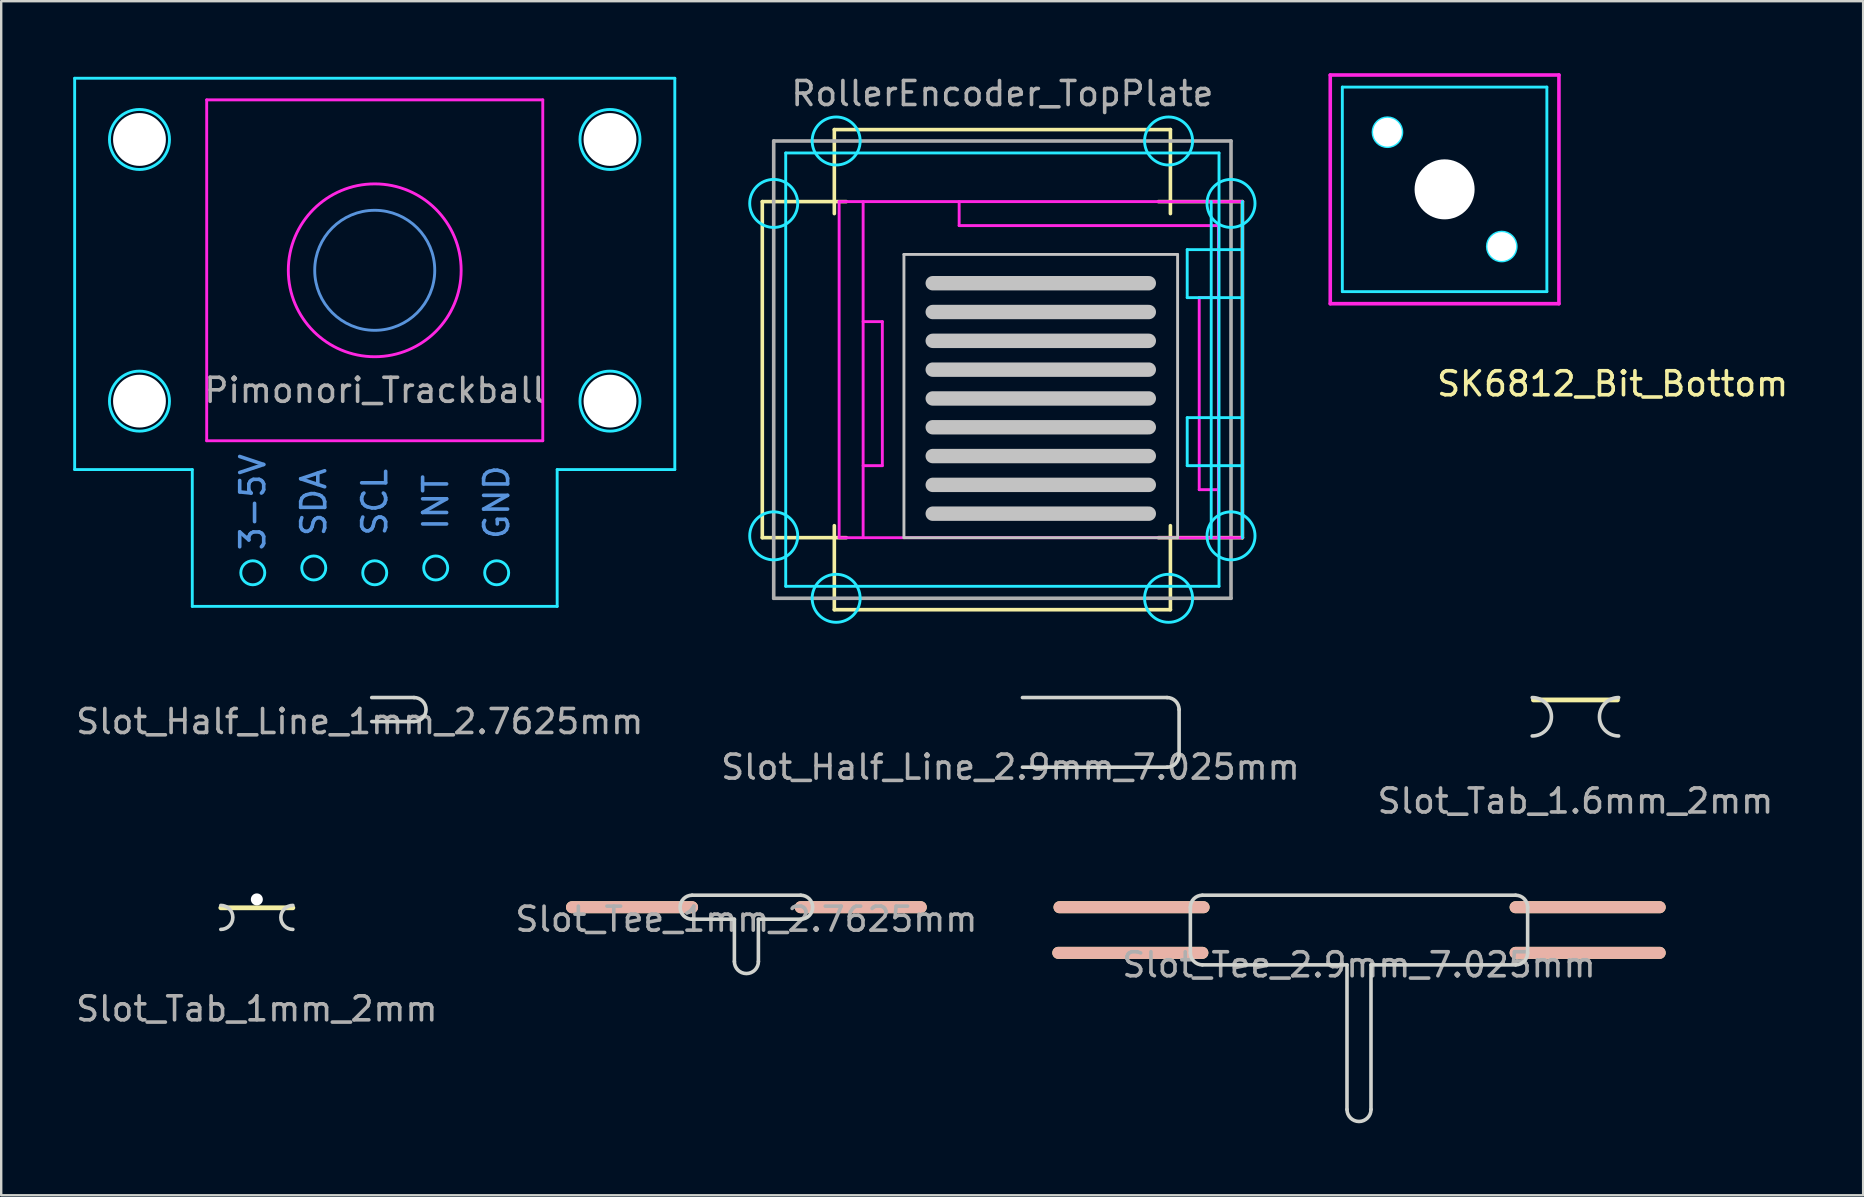
<source format=kicad_pcb>
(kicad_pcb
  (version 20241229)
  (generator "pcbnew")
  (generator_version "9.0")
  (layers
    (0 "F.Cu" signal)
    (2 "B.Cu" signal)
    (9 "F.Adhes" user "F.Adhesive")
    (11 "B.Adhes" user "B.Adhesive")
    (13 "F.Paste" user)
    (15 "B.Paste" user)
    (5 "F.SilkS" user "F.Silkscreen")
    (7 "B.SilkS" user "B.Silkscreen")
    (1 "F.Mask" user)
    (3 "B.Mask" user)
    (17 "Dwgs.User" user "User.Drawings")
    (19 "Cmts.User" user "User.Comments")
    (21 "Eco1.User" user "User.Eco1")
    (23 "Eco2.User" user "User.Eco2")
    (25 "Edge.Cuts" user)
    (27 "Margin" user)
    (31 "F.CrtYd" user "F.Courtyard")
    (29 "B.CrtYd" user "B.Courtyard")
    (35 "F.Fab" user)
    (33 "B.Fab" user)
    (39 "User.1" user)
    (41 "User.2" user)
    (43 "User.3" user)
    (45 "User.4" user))
  (footprint "RollerEncoder_TopPlate"
    (layer "F.Cu")
    (at 38.705 12.348)
    (property "Reference" "RollerEncoder_TopPlate" (at 0 -11.5 0) (layer "F.Fab") (effects (font (size 1 1) (thickness 0.15))))
    (attr through_hole)
    (fp_line (start -10 -7) (end -6.5 -7) (stroke (width 0.15) (type solid)) (layer "F.SilkS"))
    (fp_line (start -10 7) (end -10 -7) (stroke (width 0.15) (type solid)) (layer "F.SilkS"))
    (fp_line (start -10 7) (end -6.5 7) (stroke (width 0.15) (type solid)) (layer "F.SilkS"))
    (fp_line (start -7 -10) (end -7 -6.5) (stroke (width 0.15) (type solid)) (layer "F.SilkS"))
    (fp_line (start -7 -10) (end 7 -10) (stroke (width 0.15) (type solid)) (layer "F.SilkS"))
    (fp_line (start -7 10) (end -7 6.5) (stroke (width 0.15) (type solid)) (layer "F.SilkS"))
    (fp_line (start 7 -10) (end 7 -6.5) (stroke (width 0.15) (type solid)) (layer "F.SilkS"))
    (fp_line (start 7 10) (end -7 10) (stroke (width 0.15) (type solid)) (layer "F.SilkS"))
    (fp_line (start 7 10) (end 7 6.5) (stroke (width 0.15) (type solid)) (layer "F.SilkS"))
    (fp_line (start 10 -7) (end 6.5 -7) (stroke (width 0.15) (type solid)) (layer "F.SilkS"))
    (fp_line (start 10 -7) (end 10 7) (stroke (width 0.15) (type solid)) (layer "F.SilkS"))
    (fp_line (start 10 7) (end 6.5 7) (stroke (width 0.15) (type solid)) (layer "F.SilkS"))
    (fp_line (start -4.1 -4.8) (end 7.3 -4.8) (stroke (width 0.12) (type solid)) (layer "Dwgs.User"))
    (fp_line (start -4.1 7) (end -4.1 -4.8) (stroke (width 0.12) (type solid)) (layer "Dwgs.User"))
    (fp_line (start -2.9 -3.6) (end 6.1 -3.6) (stroke (width 0.6) (type solid)) (layer "Dwgs.User"))
    (fp_line (start -2.9 -2.4) (end 6.1 -2.4) (stroke (width 0.6) (type solid)) (layer "Dwgs.User"))
    (fp_line (start -2.9 -1.2) (end 6.1 -1.2) (stroke (width 0.6) (type solid)) (layer "Dwgs.User"))
    (fp_line (start -2.9 0) (end 6.1 0) (stroke (width 0.6) (type solid)) (layer "Dwgs.User"))
    (fp_line (start -2.9 1.2) (end 6.1 1.2) (stroke (width 0.6) (type solid)) (layer "Dwgs.User"))
    (fp_line (start -2.9 2.4) (end 6.1 2.4) (stroke (width 0.6) (type solid)) (layer "Dwgs.User"))
    (fp_line (start -2.9 3.6) (end 6.1 3.6) (stroke (width 0.6) (type solid)) (layer "Dwgs.User"))
    (fp_line (start -2.9 4.8) (end 6.1 4.8) (stroke (width 0.6) (type solid)) (layer "Dwgs.User"))
    (fp_line (start -2.9 6) (end 6.1 6) (stroke (width 0.6) (type solid)) (layer "Dwgs.User"))
    (fp_line (start 7.3 -4.8) (end 7.3 7) (stroke (width 0.12) (type solid)) (layer "Dwgs.User"))
    (fp_line (start 7.3 7) (end -4.1 7) (stroke (width 0.12) (type solid)) (layer "Dwgs.User"))
    (fp_line (start -9.525 -6.924) (end 6.924 9.525) (stroke (width 0.12) (type solid)) (layer "Eco2.User"))
    (fp_line (start -9.525 6.924) (end 6.924 -9.525) (stroke (width 0.12) (type solid)) (layer "Eco2.User"))
    (fp_line (start -7 -7) (end 7 -7) (stroke (width 0.05) (type solid)) (layer "Eco2.User"))
    (fp_line (start -7 7) (end -7 -7) (stroke (width 0.05) (type solid)) (layer "Eco2.User"))
    (fp_line (start 7 -7) (end 7 7) (stroke (width 0.05) (type solid)) (layer "Eco2.User"))
    (fp_line (start 7 -7) (end 10 -7) (stroke (width 0.05) (type solid)) (layer "Eco2.User"))
    (fp_line (start 7 7) (end -7 7) (stroke (width 0.05) (type solid)) (layer "Eco2.User"))
    (fp_line (start 10 -7) (end 10 7) (stroke (width 0.05) (type solid)) (layer "Eco2.User"))
    (fp_line (start 10 7) (end 7 7) (stroke (width 0.05) (type solid)) (layer "Eco2.User"))
    (fp_line (start -9.025 -9.025) (end 9.025 -9.025) (stroke (width 0.12) (type solid)) (layer "B.CrtYd"))
    (fp_line (start -9.025 9.025) (end -9.025 -9.025) (stroke (width 0.12) (type solid)) (layer "B.CrtYd"))
    (fp_line (start 7.7 -3) (end 7.7 -5) (stroke (width 0.12) (type solid)) (layer "B.CrtYd"))
    (fp_line (start 7.7 -3) (end 10 -3) (stroke (width 0.12) (type solid)) (layer "B.CrtYd"))
    (fp_line (start 7.7 2) (end 10 2) (stroke (width 0.12) (type solid)) (layer "B.CrtYd"))
    (fp_line (start 7.7 4) (end 7.7 2) (stroke (width 0.12) (type solid)) (layer "B.CrtYd"))
    (fp_line (start 8.7 -7) (end 8.7 7) (stroke (width 0.12) (type solid)) (layer "B.CrtYd"))
    (fp_line (start 9.025 -9.025) (end 9.025 9.025) (stroke (width 0.12) (type solid)) (layer "B.CrtYd"))
    (fp_line (start 9.025 9.025) (end -9.025 9.025) (stroke (width 0.12) (type solid)) (layer "B.CrtYd"))
    (fp_line (start 10 -7) (end 10 7) (stroke (width 0.12) (type solid)) (layer "B.CrtYd"))
    (fp_line (start 10 -5) (end 7.7 -5) (stroke (width 0.12) (type solid)) (layer "B.CrtYd"))
    (fp_line (start 10 4) (end 7.7 4) (stroke (width 0.12) (type solid)) (layer "B.CrtYd"))
    (fp_circle (center -9.525 -6.924) (end -9.525 -7.924) (stroke (width 0.12) (type solid)) (fill no) (layer "B.CrtYd"))
    (fp_circle (center -9.525 6.924) (end -9.525 5.924) (stroke (width 0.12) (type solid)) (fill no) (layer "B.CrtYd"))
    (fp_circle (center -6.924 -9.525) (end -5.924 -9.525) (stroke (width 0.12) (type solid)) (fill no) (layer "B.CrtYd"))
    (fp_circle (center -6.924 9.525) (end -5.924 9.525) (stroke (width 0.12) (type solid)) (fill no) (layer "B.CrtYd"))
    (fp_circle (center 6.924 -9.525) (end 7.924 -9.525) (stroke (width 0.12) (type solid)) (fill no) (layer "B.CrtYd"))
    (fp_circle (center 6.924 9.525) (end 7.924 9.525) (stroke (width 0.12) (type solid)) (fill no) (layer "B.CrtYd"))
    (fp_circle (center 9.525 -6.924) (end 9.525 -7.924) (stroke (width 0.12) (type solid)) (fill no) (layer "B.CrtYd"))
    (fp_circle (center 9.525 6.924) (end 9.525 5.924) (stroke (width 0.12) (type solid)) (fill no) (layer "B.CrtYd"))
    (fp_line (start -6.8 -7) (end 10 -7) (stroke (width 0.12) (type solid)) (layer "F.CrtYd"))
    (fp_line (start -6.8 7) (end -6.8 -7) (stroke (width 0.12) (type solid)) (layer "F.CrtYd"))
    (fp_line (start -5.8 4) (end -5 4) (stroke (width 0.12) (type solid)) (layer "F.CrtYd"))
    (fp_line (start -5.8 7) (end -5.8 -7) (stroke (width 0.12) (type solid)) (layer "F.CrtYd"))
    (fp_line (start -5 -2) (end -5.8 -2) (stroke (width 0.12) (type solid)) (layer "F.CrtYd"))
    (fp_line (start -5 4) (end -5 -2) (stroke (width 0.12) (type solid)) (layer "F.CrtYd"))
    (fp_line (start -1.8 -7) (end -1.8 -6) (stroke (width 0.12) (type solid)) (layer "F.CrtYd"))
    (fp_line (start -1.8 -6) (end 9 -6) (stroke (width 0.12) (type solid)) (layer "F.CrtYd"))
    (fp_line (start 8.2 -3) (end 9 -3) (stroke (width 0.12) (type solid)) (layer "F.CrtYd"))
    (fp_line (start 8.2 5) (end 8.2 -3) (stroke (width 0.12) (type solid)) (layer "F.CrtYd"))
    (fp_line (start 8.2 5) (end 9 5) (stroke (width 0.12) (type solid)) (layer "F.CrtYd"))
    (fp_line (start 9 -6) (end 9 7) (stroke (width 0.12) (type solid)) (layer "F.CrtYd"))
    (fp_line (start 10 -7) (end 10 7) (stroke (width 0.12) (type solid)) (layer "F.CrtYd"))
    (fp_line (start 10 7) (end -6.8 7) (stroke (width 0.12) (type solid)) (layer "F.CrtYd"))
    (fp_line (start -9.525 -9.525) (end -9.525 9.525) (stroke (width 0.15) (type solid)) (layer "F.Fab"))
    (fp_line (start -9.525 9.525) (end 9.525 9.525) (stroke (width 0.15) (type solid)) (layer "F.Fab"))
    (fp_line (start 9.525 -9.525) (end -9.525 -9.525) (stroke (width 0.15) (type solid)) (layer "F.Fab"))
    (fp_line (start 9.525 9.525) (end 9.525 -9.525) (stroke (width 0.15) (type solid)) (layer "F.Fab")))
  (footprint "SK6812_Bit_Bottom"
    (layer "F.Cu")
    (at 57.127 4.838)
    (property "Reference" "SK6812_Bit_Bottom" (at 7 8.1 0) (layer "F.SilkS") (effects (font (size 1 1) (thickness 0.15))))
    (attr through_hole)
    (fp_line (start -4.26 -4.26) (end 4.26 -4.26) (stroke (width 0.12) (type solid)) (layer "B.CrtYd"))
    (fp_line (start -4.26 4.26) (end -4.26 -4.26) (stroke (width 0.12) (type solid)) (layer "B.CrtYd"))
    (fp_line (start 4.26 -4.26) (end 4.26 4.26) (stroke (width 0.12) (type solid)) (layer "B.CrtYd"))
    (fp_line (start 4.26 4.26) (end -4.26 4.26) (stroke (width 0.12) (type solid)) (layer "B.CrtYd"))
    (fp_circle (center -2.381 -2.381) (end -1.781 -2.381) (stroke (width 0.12) (type solid)) (fill no) (layer "B.CrtYd"))
    (fp_circle (center 2.381 2.381) (end 2.981 2.381) (stroke (width 0.12) (type solid)) (fill no) (layer "B.CrtYd"))
    (fp_line (start -4.763 -4.763) (end -4.763 4.763) (stroke (width 0.15) (type solid)) (layer "F.CrtYd"))
    (fp_line (start -4.763 4.763) (end 4.763 4.763) (stroke (width 0.15) (type solid)) (layer "F.CrtYd"))
    (fp_line (start 4.763 -4.763) (end -4.763 -4.763) (stroke (width 0.15) (type solid)) (layer "F.CrtYd"))
    (fp_line (start 4.763 4.763) (end 4.763 -4.763) (stroke (width 0.15) (type solid)) (layer "F.CrtYd"))
    (pad "" np_thru_hole circle (at -2.381 -2.381) (size 1.2 1.2) (drill 1.2) (layers "*.Cu" "*.Mask"))
    (pad "" np_thru_hole circle (at 0 0) (size 2.5 2.5) (drill 2.5) (layers "*.Cu" "*.Mask"))
    (pad "" np_thru_hole circle (at 2.381 2.381) (size 1.2 1.2) (drill 1.2) (layers "*.Cu" "*.Mask")))
  (footprint "Pimonori_Trackball"
    (layer "F.Cu")
    (at 12.56 8.21)
    (property "Reference" "Pimonori_Trackball" (at 0 5 0) (layer "F.Fab") (effects (font (size 1 1) (thickness 0.15))))
    (attr through_hole)
    (fp_circle (center 0 0) (end 2.5 0) (stroke (width 0.12) (type solid)) (fill no) (layer "Cmts.User"))
    (fp_circle (center -9.8 -5.45) (end -7.1 -5.45) (stroke (width 0.12) (type solid)) (fill no) (layer "Eco1.User"))
    (fp_circle (center -9.8 5.45) (end -7.1 5.45) (stroke (width 0.12) (type solid)) (fill no) (layer "Eco1.User"))
    (fp_circle (center 9.8 -5.45) (end 12.5 -5.45) (stroke (width 0.12) (type solid)) (fill no) (layer "Eco1.User"))
    (fp_circle (center 9.8 5.45) (end 12.5 5.45) (stroke (width 0.12) (type solid)) (fill no) (layer "Eco1.User"))
    (fp_line (start -12.5 -8) (end 12.5 -8) (stroke (width 0.12) (type solid)) (layer "B.CrtYd"))
    (fp_line (start -12.5 8.3) (end -12.5 -8) (stroke (width 0.12) (type solid)) (layer "B.CrtYd"))
    (fp_line (start -7.6 8.3) (end -12.5 8.3) (stroke (width 0.12) (type solid)) (layer "B.CrtYd"))
    (fp_line (start -7.6 14) (end -7.6 8.3) (stroke (width 0.12) (type solid)) (layer "B.CrtYd"))
    (fp_line (start 7.6 8.3) (end 7.6 14) (stroke (width 0.12) (type solid)) (layer "B.CrtYd"))
    (fp_line (start 7.6 14) (end -7.6 14) (stroke (width 0.12) (type solid)) (layer "B.CrtYd"))
    (fp_line (start 12.5 -8) (end 12.5 8.3) (stroke (width 0.12) (type solid)) (layer "B.CrtYd"))
    (fp_line (start 12.5 8.3) (end 7.6 8.3) (stroke (width 0.12) (type solid)) (layer "B.CrtYd"))
    (fp_circle (center -9.8 -5.45) (end -8.55 -5.45) (stroke (width 0.12) (type solid)) (fill no) (layer "B.CrtYd"))
    (fp_circle (center -9.8 5.45) (end -8.55 5.45) (stroke (width 0.12) (type solid)) (fill no) (layer "B.CrtYd"))
    (fp_circle (center -5.08 12.6) (end -4.58 12.6) (stroke (width 0.12) (type solid)) (fill no) (layer "B.CrtYd"))
    (fp_circle (center -2.54 12.4) (end -2.04 12.4) (stroke (width 0.12) (type solid)) (fill no) (layer "B.CrtYd"))
    (fp_circle (center 0 12.6) (end 0.5 12.6) (stroke (width 0.12) (type solid)) (fill no) (layer "B.CrtYd"))
    (fp_circle (center 2.54 12.4) (end 3.04 12.4) (stroke (width 0.12) (type solid)) (fill no) (layer "B.CrtYd"))
    (fp_circle (center 5.08 12.6) (end 5.58 12.6) (stroke (width 0.12) (type solid)) (fill no) (layer "B.CrtYd"))
    (fp_circle (center 9.8 -5.45) (end 11.05 -5.45) (stroke (width 0.12) (type solid)) (fill no) (layer "B.CrtYd"))
    (fp_circle (center 9.8 5.45) (end 11.05 5.45) (stroke (width 0.12) (type solid)) (fill no) (layer "B.CrtYd"))
    (fp_line (start -7 -7.1) (end 7 -7.1) (stroke (width 0.12) (type solid)) (layer "F.CrtYd"))
    (fp_line (start -7 7.1) (end -7 -7.1) (stroke (width 0.12) (type solid)) (layer "F.CrtYd"))
    (fp_line (start 7 -7.1) (end 7 7.1) (stroke (width 0.12) (type solid)) (layer "F.CrtYd"))
    (fp_line (start 7 7.1) (end -7 7.1) (stroke (width 0.12) (type solid)) (layer "F.CrtYd"))
    (fp_circle (center 0 0) (end 3.6 0) (stroke (width 0.12) (type solid)) (fill no) (layer "F.CrtYd"))
    (fp_text user "INT" (at 2.54 9.66 90) (layer "Cmts.User") (effects (font (size 1 1) (thickness 0.15))))
    (fp_text user "GND" (at 5.08 9.66 90) (layer "Cmts.User") (effects (font (size 1 1) (thickness 0.15))))
    (fp_text user "3-5V" (at -5.08 9.66 90) (layer "Cmts.User") (effects (font (size 1 1) (thickness 0.15))))
    (fp_text user "SCL" (at 0 9.66 90) (layer "Cmts.User") (effects (font (size 1 1) (thickness 0.15))))
    (fp_text user "SDA" (at -2.54 9.66 90) (layer "Cmts.User") (effects (font (size 1 1) (thickness 0.15))))
    (pad "" np_thru_hole circle (at -9.8 -5.45) (size 2.2 2.2) (drill 2.2) (layers "*.Cu" "*.Mask"))
    (pad "" np_thru_hole circle (at -9.8 5.45) (size 2.2 2.2) (drill 2.2) (layers "*.Cu" "*.Mask"))
    (pad "" np_thru_hole circle (at 9.8 -5.45) (size 2.2 2.2) (drill 2.2) (layers "*.Cu" "*.Mask"))
    (pad "" np_thru_hole circle (at 9.8 5.45) (size 2.2 2.2) (drill 2.2) (layers "*.Cu" "*.Mask")))
  (footprint "Slot_Tab_1.6mm_2mm"
    (layer "F.Cu")
    (at 62.577 26.508)
    (property "Reference" "Slot_Tab_1.6mm_2mm" (at 0 3.81 0) (layer "F.Fab") (effects (font (size 1 1) (thickness 0.15))))
    (attr through_hole)
    (fp_line (start -1.75 -0.4) (end 1.75 -0.4) (stroke (width 0.2) (type solid)) (layer "F.SilkS"))
    (fp_arc (start -1.8 -0.5) (mid -1 0.3) (end -1.8 1.1) (stroke (width 0.15) (type solid)) (layer "Edge.Cuts"))
    (fp_arc (start 1.8 1.1) (mid 1 0.3) (end 1.8 -0.5) (stroke (width 0.15) (type solid)) (layer "Edge.Cuts")))
  (footprint "Slot_Tee_2.9mm_7.025mm"
    (layer "F.Cu")
    (at 53.561 36.642)
    (property "Reference" "Slot_Tee_2.9mm_7.025mm" (at 0 0.5 0) (layer "F.Fab") (effects (font (size 1 1) (thickness 0.15))))
    (attr through_hole)
    (fp_line (start -12.525 0) (end -6.525 0) (stroke (width 0.5) (type solid)) (layer "F.SilkS"))
    (fp_line (start -12.475 -1.9) (end -6.475 -1.9) (stroke (width 0.5) (type solid)) (layer "F.SilkS"))
    (fp_line (start 12.525 -1.9) (end 6.525 -1.9) (stroke (width 0.5) (type solid)) (layer "F.SilkS"))
    (fp_line (start 12.525 0) (end 6.525 0) (stroke (width 0.5) (type solid)) (layer "F.SilkS"))
    (fp_line (start -12.525 0) (end -6.525 0) (stroke (width 0.5) (type solid)) (layer "B.SilkS"))
    (fp_line (start -12.475 -1.9) (end -6.475 -1.9) (stroke (width 0.5) (type solid)) (layer "B.SilkS"))
    (fp_line (start 12.525 -1.9) (end 6.525 -1.9) (stroke (width 0.5) (type solid)) (layer "B.SilkS"))
    (fp_line (start 12.525 0) (end 6.525 0) (stroke (width 0.5) (type solid)) (layer "B.SilkS"))
    (fp_line (start -7.025 0) (end -7.025 -1.9) (stroke (width 0.15) (type solid)) (layer "Edge.Cuts"))
    (fp_line (start -6.525 -2.4) (end 6.525 -2.4) (stroke (width 0.15) (type solid)) (layer "Edge.Cuts"))
    (fp_line (start -0.5 0.5) (end -6.525 0.5) (stroke (width 0.15) (type solid)) (layer "Edge.Cuts"))
    (fp_line (start -0.5 6.525) (end -0.5 0.5) (stroke (width 0.15) (type solid)) (layer "Edge.Cuts"))
    (fp_line (start 0.5 0.5) (end 0.5 6.525) (stroke (width 0.15) (type solid)) (layer "Edge.Cuts"))
    (fp_line (start 6.525 0.5) (end 0.5 0.5) (stroke (width 0.15) (type solid)) (layer "Edge.Cuts"))
    (fp_line (start 7.025 0) (end 7.025 -1.9) (stroke (width 0.15) (type solid)) (layer "Edge.Cuts"))
    (fp_arc (start -7.025 -1.9) (mid -6.878553 -2.253553) (end -6.525 -2.4) (stroke (width 0.15) (type solid)) (layer "Edge.Cuts"))
    (fp_arc (start -6.525 0.5) (mid -6.878553 0.353553) (end -7.025 0) (stroke (width 0.15) (type solid)) (layer "Edge.Cuts"))
    (fp_arc (start 0.5 6.525) (mid 0 7.025) (end -0.5 6.525) (stroke (width 0.15) (type solid)) (layer "Edge.Cuts"))
    (fp_arc (start 6.525 -2.4) (mid 6.878553 -2.253553) (end 7.025 -1.9) (stroke (width 0.15) (type solid)) (layer "Edge.Cuts"))
    (fp_arc (start 7.025 0) (mid 6.878553 0.353553) (end 6.525 0.5) (stroke (width 0.15) (type solid)) (layer "Edge.Cuts")))
  (footprint "Slot_Tee_1mm_2.7625mm"
    (layer "F.Cu")
    (at 28.042 34.742)
    (property "Reference" "Slot_Tee_1mm_2.7625mm" (at 0 0.5 0) (layer "F.Fab") (effects (font (size 1 1) (thickness 0.15))))
    (attr through_hole)
    (fp_line (start -2.263 0) (end -7.263 0) (stroke (width 0.5) (type solid)) (layer "F.SilkS"))
    (fp_line (start 2.263 0) (end 7.263 0) (stroke (width 0.5) (type solid)) (layer "F.SilkS"))
    (fp_line (start -2.263 0) (end -7.263 0) (stroke (width 0.5) (type solid)) (layer "B.SilkS"))
    (fp_line (start 2.263 0) (end 7.263 0) (stroke (width 0.5) (type solid)) (layer "B.SilkS"))
    (fp_line (start -2.263 0.5) (end -0.5 0.5) (stroke (width 0.15) (type solid)) (layer "Edge.Cuts"))
    (fp_line (start -0.5 0.5) (end -0.5 2.263) (stroke (width 0.15) (type solid)) (layer "Edge.Cuts"))
    (fp_line (start 0.5 0.5) (end 2.263 0.5) (stroke (width 0.15) (type solid)) (layer "Edge.Cuts"))
    (fp_line (start 0.5 2.263) (end 0.5 0.5) (stroke (width 0.15) (type solid)) (layer "Edge.Cuts"))
    (fp_line (start 2.263 -0.5) (end -2.263 -0.5) (stroke (width 0.15) (type solid)) (layer "Edge.Cuts"))
    (fp_arc (start -2.2625 0.5) (mid -2.7625 0) (end -2.2625 -0.5) (stroke (width 0.15) (type solid)) (layer "Edge.Cuts"))
    (fp_arc (start 0.5 2.2625) (mid 0 2.7625) (end -0.5 2.2625) (stroke (width 0.15) (type solid)) (layer "Edge.Cuts"))
    (fp_arc (start 2.2625 -0.5) (mid 2.7625 0) (end 2.2625 0.5) (stroke (width 0.15) (type solid)) (layer "Edge.Cuts")))
  (footprint "Slot_Half_Line_1mm_2.7625mm"
    (layer "F.Cu")
    (at 11.935 26.508)
    (property "Reference" "Slot_Half_Line_1mm_2.7625mm" (at 0 0.5 0) (layer "F.Fab") (effects (font (size 1 1) (thickness 0.15))))
    (attr through_hole)
    (fp_line (start 0.5 0.5) (end 2.263 0.5) (stroke (width 0.15) (type solid)) (layer "Edge.Cuts"))
    (fp_line (start 2.263 -0.5) (end 0.5 -0.5) (stroke (width 0.15) (type solid)) (layer "Edge.Cuts"))
    (fp_arc (start 2.2625 -0.5) (mid 2.7625 0) (end 2.2625 0.5) (stroke (width 0.15) (type solid)) (layer "Edge.Cuts")))
  (footprint "Slot_Tab_1mm_2mm"
    (layer "F.Cu")
    (at 7.649 35.166)
    (property "Reference" "Slot_Tab_1mm_2mm" (at 0 3.81 0) (layer "F.Fab") (effects (font (size 1 1) (thickness 0.15))))
    (attr through_hole)
    (fp_line (start -1.5 -0.4) (end 1.5 -0.4) (stroke (width 0.2) (type solid)) (layer "F.SilkS"))
    (fp_arc (start -1.5 -0.5) (mid -1 0) (end -1.5 0.5) (stroke (width 0.15) (type solid)) (layer "Edge.Cuts"))
    (fp_arc (start 1.5 0.5) (mid 1 0) (end 1.5 -0.5) (stroke (width 0.15) (type solid)) (layer "Edge.Cuts"))
    (pad "" np_thru_hole circle (at 0 -0.75 90) (size 0.5 0.5) (drill 0.5) (layers "*.Cu" "*.Mask")))
  (footprint "Slot_Half_Line_2.9mm_7.025mm"
    (layer "F.Cu")
    (at 39.042 28.408)
    (property "Reference" "Slot_Half_Line_2.9mm_7.025mm" (at 0 0.5 0) (layer "F.Fab") (effects (font (size 1 1) (thickness 0.15))))
    (attr through_hole)
    (fp_line (start 0.5 0.5) (end 6.525 0.5) (stroke (width 0.15) (type solid)) (layer "Edge.Cuts"))
    (fp_line (start 6.525 -2.4) (end 0.5 -2.4) (stroke (width 0.15) (type solid)) (layer "Edge.Cuts"))
    (fp_line (start 7.025 -1.9) (end 7.025 0) (stroke (width 0.15) (type solid)) (layer "Edge.Cuts"))
    (fp_arc (start 6.525 -2.4) (mid 6.878553 -2.253553) (end 7.025 -1.9) (stroke (width 0.15) (type solid)) (layer "Edge.Cuts"))
    (fp_arc (start 7.025 0) (mid 6.878553 0.353553) (end 6.525 0.5) (stroke (width 0.15) (type solid)) (layer "Edge.Cuts")))
  (gr_rect
    (start -3 -3)
    (end 74.562 46.742)
    (stroke (width 0.1) (type default))
    (fill no)
    (layer "Edge.Cuts")))
</source>
